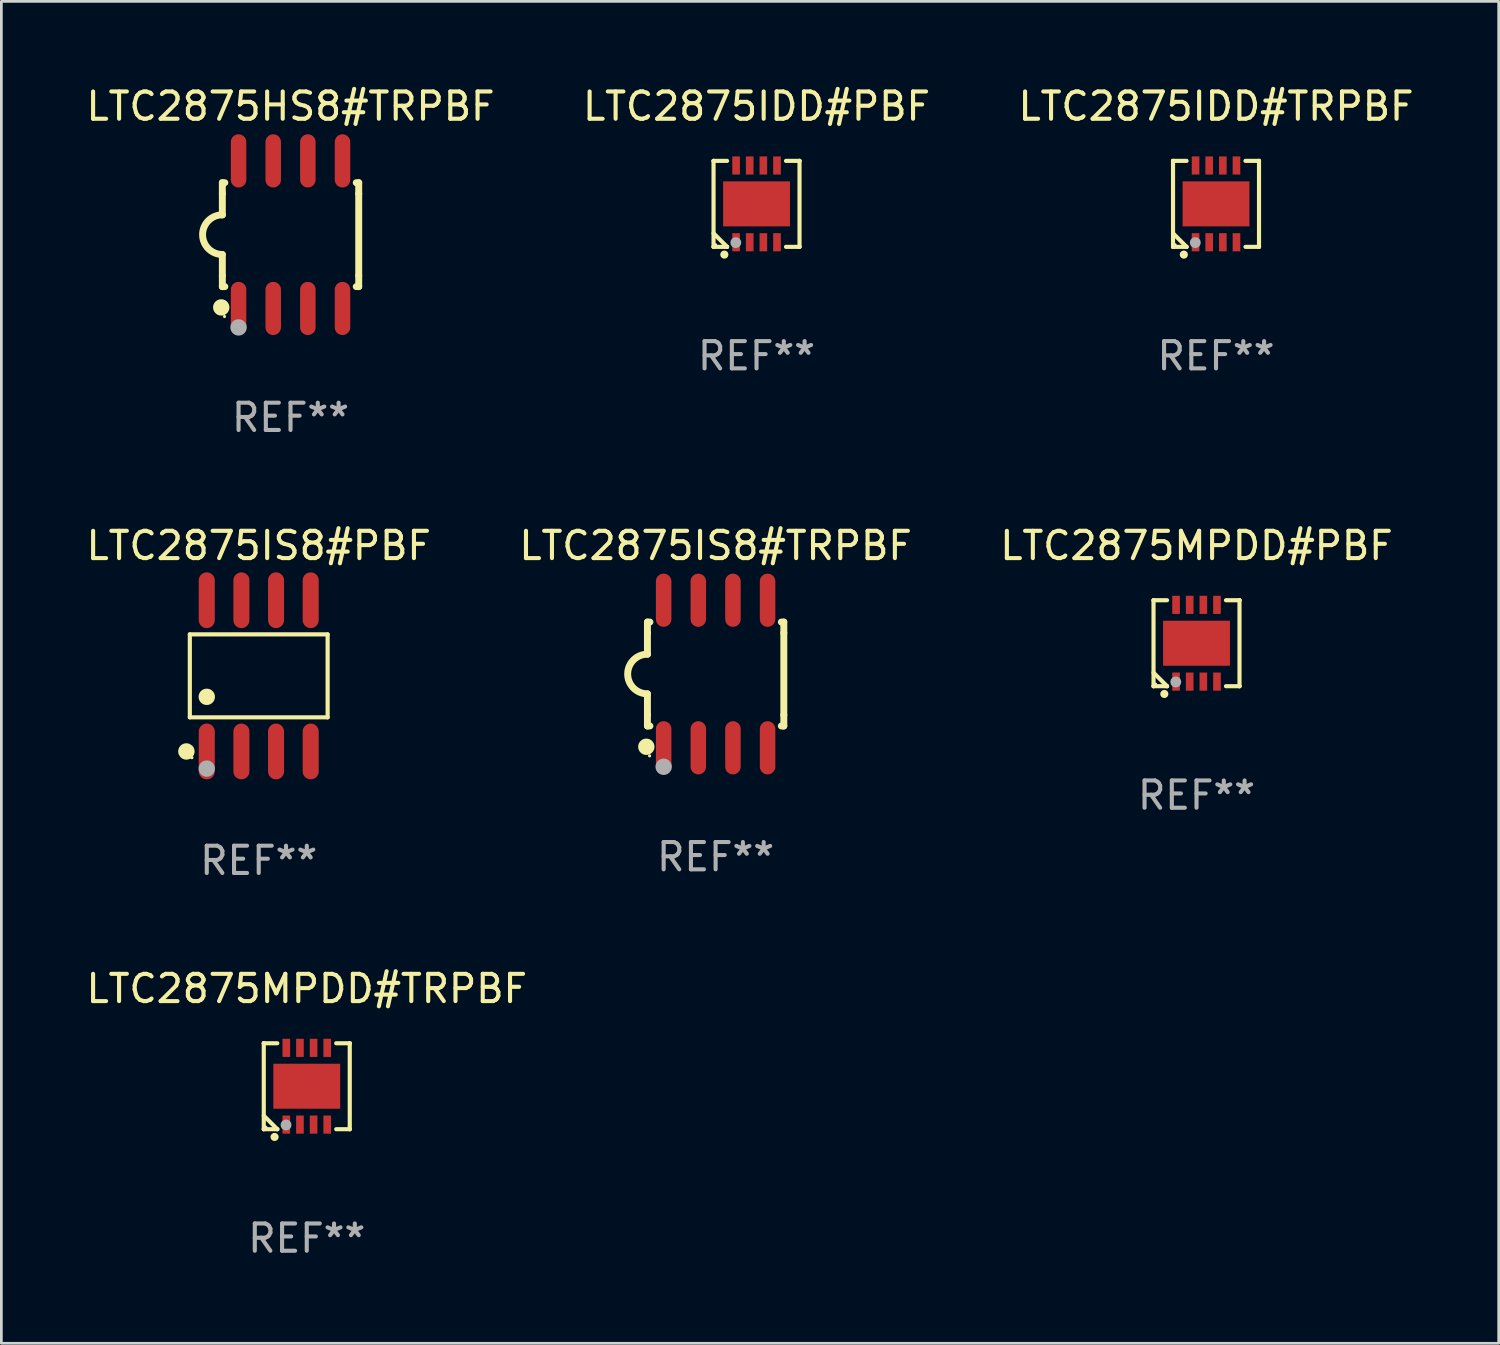
<source format=kicad_pcb>
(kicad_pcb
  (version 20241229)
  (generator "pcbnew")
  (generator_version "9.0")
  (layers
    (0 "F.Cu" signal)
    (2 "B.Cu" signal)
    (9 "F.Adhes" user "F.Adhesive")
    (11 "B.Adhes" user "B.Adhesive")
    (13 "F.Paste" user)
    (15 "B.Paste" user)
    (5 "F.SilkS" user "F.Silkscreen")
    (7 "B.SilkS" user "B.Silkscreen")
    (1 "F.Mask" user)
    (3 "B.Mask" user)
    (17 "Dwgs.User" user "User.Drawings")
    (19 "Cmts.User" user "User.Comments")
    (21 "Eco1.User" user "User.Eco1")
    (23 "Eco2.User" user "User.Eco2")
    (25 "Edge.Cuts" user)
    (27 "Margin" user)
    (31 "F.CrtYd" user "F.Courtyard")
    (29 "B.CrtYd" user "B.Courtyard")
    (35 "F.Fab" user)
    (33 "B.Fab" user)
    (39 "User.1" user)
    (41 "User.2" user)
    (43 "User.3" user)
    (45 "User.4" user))
  (footprint "LTC2875MPDD#PBF"
    (layer "F.Cu")
    (at 40.815 20.531)
    (property "Reference" "LTC2875MPDD#PBF" (at 0 -3.576 0) (layer "F.SilkS") (effects (font (size 1 1) (thickness 0.15))))
    (attr through_hole)
    (fp_line (start -1.576 -1.576) (end -1.576 -1.576) (stroke (width 0.152) (type solid)) (layer "F.SilkS"))
    (fp_line (start -1.576 -1.576) (end -1.08 -1.576) (stroke (width 0.152) (type solid)) (layer "F.SilkS"))
    (fp_line (start -1.576 1.576) (end -1.576 -1.576) (stroke (width 0.152) (type solid)) (layer "F.SilkS"))
    (fp_line (start -1.576 1.576) (end -1.576 1.576) (stroke (width 0.152) (type solid)) (layer "F.SilkS"))
    (fp_line (start -1.08 1.575) (end -1.576 1.079) (stroke (width 0.152) (type solid)) (layer "F.SilkS"))
    (fp_line (start -1.08 1.576) (end -1.576 1.576) (stroke (width 0.152) (type solid)) (layer "F.SilkS"))
    (fp_line (start -1.08 1.576) (end -1.08 1.575) (stroke (width 0.152) (type solid)) (layer "F.SilkS"))
    (fp_line (start 1.08 1.576) (end 1.576 1.576) (stroke (width 0.152) (type solid)) (layer "F.SilkS"))
    (fp_line (start 1.576 -1.576) (end 1.08 -1.576) (stroke (width 0.152) (type solid)) (layer "F.SilkS"))
    (fp_line (start 1.576 -1.576) (end 1.576 -1.576) (stroke (width 0.152) (type solid)) (layer "F.SilkS"))
    (fp_line (start 1.576 1.576) (end 1.576 -1.576) (stroke (width 0.152) (type solid)) (layer "F.SilkS"))
    (fp_line (start 1.576 1.576) (end 1.576 1.576) (stroke (width 0.152) (type solid)) (layer "F.SilkS"))
    (fp_circle (center -1.5 1.5) (end -1.47 1.5) (stroke (width 0.06) (type solid)) (fill no) (layer "F.SilkS"))
    (fp_circle (center -1.18 1.86) (end -1.105 1.86) (stroke (width 0.15) (type solid)) (fill no) (layer "F.SilkS"))
    (fp_circle (center -0.76 1.42) (end -0.66 1.42) (stroke (width 0.2) (type solid)) (fill no) (layer "F.Fab"))
    (fp_text user "REF**" (at 0 5.576 0) (layer "F.Fab") (effects (font (size 1 1) (thickness 0.15))))
    (pad "1" smd rect (at -0.75 1.407) (size 0.28 0.665) (layers "F.Cu" "F.Mask" "F.Paste"))
    (pad "2" smd rect (at -0.25 1.407) (size 0.28 0.665) (layers "F.Cu" "F.Mask" "F.Paste"))
    (pad "3" smd rect (at 0.25 1.407) (size 0.28 0.665) (layers "F.Cu" "F.Mask" "F.Paste"))
    (pad "4" smd rect (at 0.75 1.407) (size 0.28 0.665) (layers "F.Cu" "F.Mask" "F.Paste"))
    (pad "5" smd rect (at 0.75 -1.407) (size 0.28 0.665) (layers "F.Cu" "F.Mask" "F.Paste"))
    (pad "6" smd rect (at 0.25 -1.407) (size 0.28 0.665) (layers "F.Cu" "F.Mask" "F.Paste"))
    (pad "7" smd rect (at -0.25 -1.407) (size 0.28 0.665) (layers "F.Cu" "F.Mask" "F.Paste"))
    (pad "8" smd rect (at -0.75 -1.407) (size 0.28 0.665) (layers "F.Cu" "F.Mask" "F.Paste"))
    (pad "9" smd rect (at 0 0) (size 2.45 1.65) (layers "F.Cu" "F.Mask" "F.Paste")))
  (footprint "LTC2875IDD#PBF"
    (layer "F.Cu")
    (at 24.685 4.424)
    (property "Reference" "LTC2875IDD#PBF" (at 0 -3.576 0) (layer "F.SilkS") (effects (font (size 1 1) (thickness 0.15))))
    (attr through_hole)
    (fp_line (start -1.576 -1.576) (end -1.576 -1.576) (stroke (width 0.152) (type solid)) (layer "F.SilkS"))
    (fp_line (start -1.576 -1.576) (end -1.08 -1.576) (stroke (width 0.152) (type solid)) (layer "F.SilkS"))
    (fp_line (start -1.576 1.576) (end -1.576 -1.576) (stroke (width 0.152) (type solid)) (layer "F.SilkS"))
    (fp_line (start -1.576 1.576) (end -1.576 1.576) (stroke (width 0.152) (type solid)) (layer "F.SilkS"))
    (fp_line (start -1.08 1.575) (end -1.576 1.079) (stroke (width 0.152) (type solid)) (layer "F.SilkS"))
    (fp_line (start -1.08 1.576) (end -1.576 1.576) (stroke (width 0.152) (type solid)) (layer "F.SilkS"))
    (fp_line (start -1.08 1.576) (end -1.08 1.575) (stroke (width 0.152) (type solid)) (layer "F.SilkS"))
    (fp_line (start 1.08 1.576) (end 1.576 1.576) (stroke (width 0.152) (type solid)) (layer "F.SilkS"))
    (fp_line (start 1.576 -1.576) (end 1.08 -1.576) (stroke (width 0.152) (type solid)) (layer "F.SilkS"))
    (fp_line (start 1.576 -1.576) (end 1.576 -1.576) (stroke (width 0.152) (type solid)) (layer "F.SilkS"))
    (fp_line (start 1.576 1.576) (end 1.576 -1.576) (stroke (width 0.152) (type solid)) (layer "F.SilkS"))
    (fp_line (start 1.576 1.576) (end 1.576 1.576) (stroke (width 0.152) (type solid)) (layer "F.SilkS"))
    (fp_circle (center -1.5 1.5) (end -1.47 1.5) (stroke (width 0.06) (type solid)) (fill no) (layer "F.SilkS"))
    (fp_circle (center -1.18 1.86) (end -1.105 1.86) (stroke (width 0.15) (type solid)) (fill no) (layer "F.SilkS"))
    (fp_circle (center -0.76 1.42) (end -0.66 1.42) (stroke (width 0.2) (type solid)) (fill no) (layer "F.Fab"))
    (fp_text user "REF**" (at 0 5.576 0) (layer "F.Fab") (effects (font (size 1 1) (thickness 0.15))))
    (pad "1" smd rect (at -0.75 1.407) (size 0.28 0.665) (layers "F.Cu" "F.Mask" "F.Paste"))
    (pad "2" smd rect (at -0.25 1.407) (size 0.28 0.665) (layers "F.Cu" "F.Mask" "F.Paste"))
    (pad "3" smd rect (at 0.25 1.407) (size 0.28 0.665) (layers "F.Cu" "F.Mask" "F.Paste"))
    (pad "4" smd rect (at 0.75 1.407) (size 0.28 0.665) (layers "F.Cu" "F.Mask" "F.Paste"))
    (pad "5" smd rect (at 0.75 -1.407) (size 0.28 0.665) (layers "F.Cu" "F.Mask" "F.Paste"))
    (pad "6" smd rect (at 0.25 -1.407) (size 0.28 0.665) (layers "F.Cu" "F.Mask" "F.Paste"))
    (pad "7" smd rect (at -0.25 -1.407) (size 0.28 0.665) (layers "F.Cu" "F.Mask" "F.Paste"))
    (pad "8" smd rect (at -0.75 -1.407) (size 0.28 0.665) (layers "F.Cu" "F.Mask" "F.Paste"))
    (pad "9" smd rect (at 0 0) (size 2.45 1.65) (layers "F.Cu" "F.Mask" "F.Paste")))
  (footprint "LTC2875IS8#TRPBF"
    (layer "F.Cu")
    (at 23.185 21.66)
    (property "Reference" "LTC2875IS8#TRPBF" (at 0 -4.705 0) (layer "F.SilkS") (effects (font (size 1 1) (thickness 0.15))))
    (attr through_hole)
    (fp_line (start -2.5 -1.905) (end -2.409 -1.905) (stroke (width 0.254) (type solid)) (layer "F.SilkS"))
    (fp_line (start -2.5 -1.5) (end -2.5 -1.905) (stroke (width 0.254) (type solid)) (layer "F.SilkS"))
    (fp_line (start -2.5 -1.5) (end -2.5 -0.726) (stroke (width 0.254) (type solid)) (layer "F.SilkS"))
    (fp_line (start -2.5 1.5) (end -2.5 0.727) (stroke (width 0.254) (type solid)) (layer "F.SilkS"))
    (fp_line (start -2.5 1.5) (end -2.5 1.905) (stroke (width 0.254) (type solid)) (layer "F.SilkS"))
    (fp_line (start -2.5 1.905) (end -2.409 1.905) (stroke (width 0.254) (type solid)) (layer "F.SilkS"))
    (fp_line (start 2.5 -1.905) (end 2.409 -1.905) (stroke (width 0.254) (type solid)) (layer "F.SilkS"))
    (fp_line (start 2.5 -1.5) (end 2.5 -1.905) (stroke (width 0.254) (type solid)) (layer "F.SilkS"))
    (fp_line (start 2.5 -1.5) (end 2.5 1.5) (stroke (width 0.254) (type solid)) (layer "F.SilkS"))
    (fp_line (start 2.5 1.5) (end 2.5 1.905) (stroke (width 0.254) (type solid)) (layer "F.SilkS"))
    (fp_line (start 2.5 1.905) (end 2.409 1.905) (stroke (width 0.254) (type solid)) (layer "F.SilkS"))
    (fp_arc (start -2.5 0.726568) (mid -3.220316 -0.0023) (end -2.495097 -0.726289) (stroke (width 0.254001) (type solid)) (layer "F.SilkS"))
    (fp_circle (center -2.54 2.667) (end -2.39 2.667) (stroke (width 0.3) (type solid)) (fill no) (layer "F.SilkS"))
    (fp_circle (center -2.42 3) (end -2.39 3) (stroke (width 0.06) (type solid)) (fill no) (layer "F.SilkS"))
    (fp_circle (center -1.905 3.4) (end -1.755 3.4) (stroke (width 0.3) (type solid)) (fill no) (layer "F.Fab"))
    (fp_text user "REF**" (at 0 6.705 0) (layer "F.Fab") (effects (font (size 1 1) (thickness 0.15))))
    (pad "1" smd oval (at -1.905 2.705) (size 0.568 1.95) (layers "F.Cu" "F.Mask" "F.Paste"))
    (pad "2" smd oval (at -0.635 2.705) (size 0.568 1.95) (layers "F.Cu" "F.Mask" "F.Paste"))
    (pad "3" smd oval (at 0.635 2.705) (size 0.568 1.95) (layers "F.Cu" "F.Mask" "F.Paste"))
    (pad "4" smd oval (at 1.905 2.705) (size 0.568 1.95) (layers "F.Cu" "F.Mask" "F.Paste"))
    (pad "5" smd oval (at 1.905 -2.705) (size 0.568 1.95) (layers "F.Cu" "F.Mask" "F.Paste"))
    (pad "6" smd oval (at 0.635 -2.705) (size 0.568 1.95) (layers "F.Cu" "F.Mask" "F.Paste"))
    (pad "7" smd oval (at -0.635 -2.705) (size 0.568 1.95) (layers "F.Cu" "F.Mask" "F.Paste"))
    (pad "8" smd oval (at -1.905 -2.705) (size 0.568 1.95) (layers "F.Cu" "F.Mask" "F.Paste")))
  (footprint "LTC2875IS8#PBF"
    (layer "F.Cu")
    (at 6.435 21.727)
    (property "Reference" "LTC2875IS8#PBF" (at 0 -4.772 0) (layer "F.SilkS") (effects (font (size 1 1) (thickness 0.15))))
    (attr through_hole)
    (fp_line (start -2.526 -1.521) (end 2.526 -1.521) (stroke (width 0.152) (type solid)) (layer "F.SilkS"))
    (fp_line (start -2.526 1.521) (end -2.526 -1.521) (stroke (width 0.152) (type solid)) (layer "F.SilkS"))
    (fp_line (start 2.526 -1.521) (end 2.526 1.521) (stroke (width 0.152) (type solid)) (layer "F.SilkS"))
    (fp_line (start 2.526 1.521) (end -2.526 1.521) (stroke (width 0.152) (type solid)) (layer "F.SilkS"))
    (fp_circle (center -2.652 2.772) (end -2.501 2.772) (stroke (width 0.3) (type solid)) (fill no) (layer "F.SilkS"))
    (fp_circle (center -2.45 3) (end -2.42 3) (stroke (width 0.06) (type solid)) (fill no) (layer "F.SilkS"))
    (fp_circle (center -1.905 0.769) (end -1.755 0.769) (stroke (width 0.3) (type solid)) (fill no) (layer "F.SilkS"))
    (fp_circle (center -1.905 3.4) (end -1.755 3.4) (stroke (width 0.3) (type solid)) (fill no) (layer "F.Fab"))
    (fp_text user "REF**" (at 0 6.772 0) (layer "F.Fab") (effects (font (size 1 1) (thickness 0.15))))
    (pad "1" smd oval (at -1.905 2.772) (size 0.588 2.045) (layers "F.Cu" "F.Mask" "F.Paste"))
    (pad "2" smd oval (at -0.635 2.772) (size 0.588 2.045) (layers "F.Cu" "F.Mask" "F.Paste"))
    (pad "3" smd oval (at 0.635 2.772) (size 0.588 2.045) (layers "F.Cu" "F.Mask" "F.Paste"))
    (pad "4" smd oval (at 1.905 2.772) (size 0.588 2.045) (layers "F.Cu" "F.Mask" "F.Paste"))
    (pad "5" smd oval (at 1.905 -2.772) (size 0.588 2.045) (layers "F.Cu" "F.Mask" "F.Paste"))
    (pad "6" smd oval (at 0.635 -2.772) (size 0.588 2.045) (layers "F.Cu" "F.Mask" "F.Paste"))
    (pad "7" smd oval (at -0.635 -2.772) (size 0.588 2.045) (layers "F.Cu" "F.Mask" "F.Paste"))
    (pad "8" smd oval (at -1.905 -2.772) (size 0.588 2.045) (layers "F.Cu" "F.Mask" "F.Paste")))
  (footprint "LTC2875IDD#TRPBF"
    (layer "F.Cu")
    (at 41.53 4.424)
    (property "Reference" "LTC2875IDD#TRPBF" (at 0 -3.576 0) (layer "F.SilkS") (effects (font (size 1 1) (thickness 0.15))))
    (attr through_hole)
    (fp_line (start -1.576 -1.576) (end -1.576 -1.576) (stroke (width 0.152) (type solid)) (layer "F.SilkS"))
    (fp_line (start -1.576 -1.576) (end -1.08 -1.576) (stroke (width 0.152) (type solid)) (layer "F.SilkS"))
    (fp_line (start -1.576 1.576) (end -1.576 -1.576) (stroke (width 0.152) (type solid)) (layer "F.SilkS"))
    (fp_line (start -1.576 1.576) (end -1.576 1.576) (stroke (width 0.152) (type solid)) (layer "F.SilkS"))
    (fp_line (start -1.08 1.575) (end -1.576 1.079) (stroke (width 0.152) (type solid)) (layer "F.SilkS"))
    (fp_line (start -1.08 1.576) (end -1.576 1.576) (stroke (width 0.152) (type solid)) (layer "F.SilkS"))
    (fp_line (start -1.08 1.576) (end -1.08 1.575) (stroke (width 0.152) (type solid)) (layer "F.SilkS"))
    (fp_line (start 1.08 1.576) (end 1.576 1.576) (stroke (width 0.152) (type solid)) (layer "F.SilkS"))
    (fp_line (start 1.576 -1.576) (end 1.08 -1.576) (stroke (width 0.152) (type solid)) (layer "F.SilkS"))
    (fp_line (start 1.576 -1.576) (end 1.576 -1.576) (stroke (width 0.152) (type solid)) (layer "F.SilkS"))
    (fp_line (start 1.576 1.576) (end 1.576 -1.576) (stroke (width 0.152) (type solid)) (layer "F.SilkS"))
    (fp_line (start 1.576 1.576) (end 1.576 1.576) (stroke (width 0.152) (type solid)) (layer "F.SilkS"))
    (fp_circle (center -1.5 1.5) (end -1.47 1.5) (stroke (width 0.06) (type solid)) (fill no) (layer "F.SilkS"))
    (fp_circle (center -1.18 1.86) (end -1.105 1.86) (stroke (width 0.15) (type solid)) (fill no) (layer "F.SilkS"))
    (fp_circle (center -0.76 1.42) (end -0.66 1.42) (stroke (width 0.2) (type solid)) (fill no) (layer "F.Fab"))
    (fp_text user "REF**" (at 0 5.576 0) (layer "F.Fab") (effects (font (size 1 1) (thickness 0.15))))
    (pad "1" smd rect (at -0.75 1.407) (size 0.28 0.665) (layers "F.Cu" "F.Mask" "F.Paste"))
    (pad "2" smd rect (at -0.25 1.407) (size 0.28 0.665) (layers "F.Cu" "F.Mask" "F.Paste"))
    (pad "3" smd rect (at 0.25 1.407) (size 0.28 0.665) (layers "F.Cu" "F.Mask" "F.Paste"))
    (pad "4" smd rect (at 0.75 1.407) (size 0.28 0.665) (layers "F.Cu" "F.Mask" "F.Paste"))
    (pad "5" smd rect (at 0.75 -1.407) (size 0.28 0.665) (layers "F.Cu" "F.Mask" "F.Paste"))
    (pad "6" smd rect (at 0.25 -1.407) (size 0.28 0.665) (layers "F.Cu" "F.Mask" "F.Paste"))
    (pad "7" smd rect (at -0.25 -1.407) (size 0.28 0.665) (layers "F.Cu" "F.Mask" "F.Paste"))
    (pad "8" smd rect (at -0.75 -1.407) (size 0.28 0.665) (layers "F.Cu" "F.Mask" "F.Paste"))
    (pad "9" smd rect (at 0 0) (size 2.45 1.65) (layers "F.Cu" "F.Mask" "F.Paste")))
  (footprint "LTC2875MPDD#TRPBF"
    (layer "F.Cu")
    (at 8.196 36.772)
    (property "Reference" "LTC2875MPDD#TRPBF" (at 0 -3.576 0) (layer "F.SilkS") (effects (font (size 1 1) (thickness 0.15))))
    (attr through_hole)
    (fp_line (start -1.576 -1.576) (end -1.576 -1.576) (stroke (width 0.152) (type solid)) (layer "F.SilkS"))
    (fp_line (start -1.576 -1.576) (end -1.08 -1.576) (stroke (width 0.152) (type solid)) (layer "F.SilkS"))
    (fp_line (start -1.576 1.576) (end -1.576 -1.576) (stroke (width 0.152) (type solid)) (layer "F.SilkS"))
    (fp_line (start -1.576 1.576) (end -1.576 1.576) (stroke (width 0.152) (type solid)) (layer "F.SilkS"))
    (fp_line (start -1.08 1.575) (end -1.576 1.079) (stroke (width 0.152) (type solid)) (layer "F.SilkS"))
    (fp_line (start -1.08 1.576) (end -1.576 1.576) (stroke (width 0.152) (type solid)) (layer "F.SilkS"))
    (fp_line (start -1.08 1.576) (end -1.08 1.575) (stroke (width 0.152) (type solid)) (layer "F.SilkS"))
    (fp_line (start 1.08 1.576) (end 1.576 1.576) (stroke (width 0.152) (type solid)) (layer "F.SilkS"))
    (fp_line (start 1.576 -1.576) (end 1.08 -1.576) (stroke (width 0.152) (type solid)) (layer "F.SilkS"))
    (fp_line (start 1.576 -1.576) (end 1.576 -1.576) (stroke (width 0.152) (type solid)) (layer "F.SilkS"))
    (fp_line (start 1.576 1.576) (end 1.576 -1.576) (stroke (width 0.152) (type solid)) (layer "F.SilkS"))
    (fp_line (start 1.576 1.576) (end 1.576 1.576) (stroke (width 0.152) (type solid)) (layer "F.SilkS"))
    (fp_circle (center -1.5 1.5) (end -1.47 1.5) (stroke (width 0.06) (type solid)) (fill no) (layer "F.SilkS"))
    (fp_circle (center -1.18 1.86) (end -1.105 1.86) (stroke (width 0.15) (type solid)) (fill no) (layer "F.SilkS"))
    (fp_circle (center -0.76 1.42) (end -0.66 1.42) (stroke (width 0.2) (type solid)) (fill no) (layer "F.Fab"))
    (fp_text user "REF**" (at 0 5.576 0) (layer "F.Fab") (effects (font (size 1 1) (thickness 0.15))))
    (pad "1" smd rect (at -0.75 1.407) (size 0.28 0.665) (layers "F.Cu" "F.Mask" "F.Paste"))
    (pad "2" smd rect (at -0.25 1.407) (size 0.28 0.665) (layers "F.Cu" "F.Mask" "F.Paste"))
    (pad "3" smd rect (at 0.25 1.407) (size 0.28 0.665) (layers "F.Cu" "F.Mask" "F.Paste"))
    (pad "4" smd rect (at 0.75 1.407) (size 0.28 0.665) (layers "F.Cu" "F.Mask" "F.Paste"))
    (pad "5" smd rect (at 0.75 -1.407) (size 0.28 0.665) (layers "F.Cu" "F.Mask" "F.Paste"))
    (pad "6" smd rect (at 0.25 -1.407) (size 0.28 0.665) (layers "F.Cu" "F.Mask" "F.Paste"))
    (pad "7" smd rect (at -0.25 -1.407) (size 0.28 0.665) (layers "F.Cu" "F.Mask" "F.Paste"))
    (pad "8" smd rect (at -0.75 -1.407) (size 0.28 0.665) (layers "F.Cu" "F.Mask" "F.Paste"))
    (pad "9" smd rect (at 0 0) (size 2.45 1.65) (layers "F.Cu" "F.Mask" "F.Paste")))
  (footprint "LTC2875HS8#TRPBF"
    (layer "F.Cu")
    (at 7.601 5.553)
    (property "Reference" "LTC2875HS8#TRPBF" (at 0 -4.705 0) (layer "F.SilkS") (effects (font (size 1 1) (thickness 0.15))))
    (attr through_hole)
    (fp_line (start -2.5 -1.905) (end -2.409 -1.905) (stroke (width 0.254) (type solid)) (layer "F.SilkS"))
    (fp_line (start -2.5 -1.5) (end -2.5 -1.905) (stroke (width 0.254) (type solid)) (layer "F.SilkS"))
    (fp_line (start -2.5 -1.5) (end -2.5 -0.726) (stroke (width 0.254) (type solid)) (layer "F.SilkS"))
    (fp_line (start -2.5 1.5) (end -2.5 0.727) (stroke (width 0.254) (type solid)) (layer "F.SilkS"))
    (fp_line (start -2.5 1.5) (end -2.5 1.905) (stroke (width 0.254) (type solid)) (layer "F.SilkS"))
    (fp_line (start -2.5 1.905) (end -2.409 1.905) (stroke (width 0.254) (type solid)) (layer "F.SilkS"))
    (fp_line (start 2.5 -1.905) (end 2.409 -1.905) (stroke (width 0.254) (type solid)) (layer "F.SilkS"))
    (fp_line (start 2.5 -1.5) (end 2.5 -1.905) (stroke (width 0.254) (type solid)) (layer "F.SilkS"))
    (fp_line (start 2.5 -1.5) (end 2.5 1.5) (stroke (width 0.254) (type solid)) (layer "F.SilkS"))
    (fp_line (start 2.5 1.5) (end 2.5 1.905) (stroke (width 0.254) (type solid)) (layer "F.SilkS"))
    (fp_line (start 2.5 1.905) (end 2.409 1.905) (stroke (width 0.254) (type solid)) (layer "F.SilkS"))
    (fp_arc (start -2.5 0.726568) (mid -3.220316 -0.0023) (end -2.495097 -0.726289) (stroke (width 0.254001) (type solid)) (layer "F.SilkS"))
    (fp_circle (center -2.54 2.667) (end -2.39 2.667) (stroke (width 0.3) (type solid)) (fill no) (layer "F.SilkS"))
    (fp_circle (center -2.42 3) (end -2.39 3) (stroke (width 0.06) (type solid)) (fill no) (layer "F.SilkS"))
    (fp_circle (center -1.905 3.4) (end -1.755 3.4) (stroke (width 0.3) (type solid)) (fill no) (layer "F.Fab"))
    (fp_text user "REF**" (at 0 6.705 0) (layer "F.Fab") (effects (font (size 1 1) (thickness 0.15))))
    (pad "1" smd oval (at -1.905 2.705) (size 0.568 1.95) (layers "F.Cu" "F.Mask" "F.Paste"))
    (pad "2" smd oval (at -0.635 2.705) (size 0.568 1.95) (layers "F.Cu" "F.Mask" "F.Paste"))
    (pad "3" smd oval (at 0.635 2.705) (size 0.568 1.95) (layers "F.Cu" "F.Mask" "F.Paste"))
    (pad "4" smd oval (at 1.905 2.705) (size 0.568 1.95) (layers "F.Cu" "F.Mask" "F.Paste"))
    (pad "5" smd oval (at 1.905 -2.705) (size 0.568 1.95) (layers "F.Cu" "F.Mask" "F.Paste"))
    (pad "6" smd oval (at 0.635 -2.705) (size 0.568 1.95) (layers "F.Cu" "F.Mask" "F.Paste"))
    (pad "7" smd oval (at -0.635 -2.705) (size 0.568 1.95) (layers "F.Cu" "F.Mask" "F.Paste"))
    (pad "8" smd oval (at -1.905 -2.705) (size 0.568 1.95) (layers "F.Cu" "F.Mask" "F.Paste")))
  (gr_rect
    (start -3 -3)
    (end 51.893 46.197)
    (stroke (width 0.1) (type default))
    (fill no)
    (layer "Edge.Cuts")))
</source>
